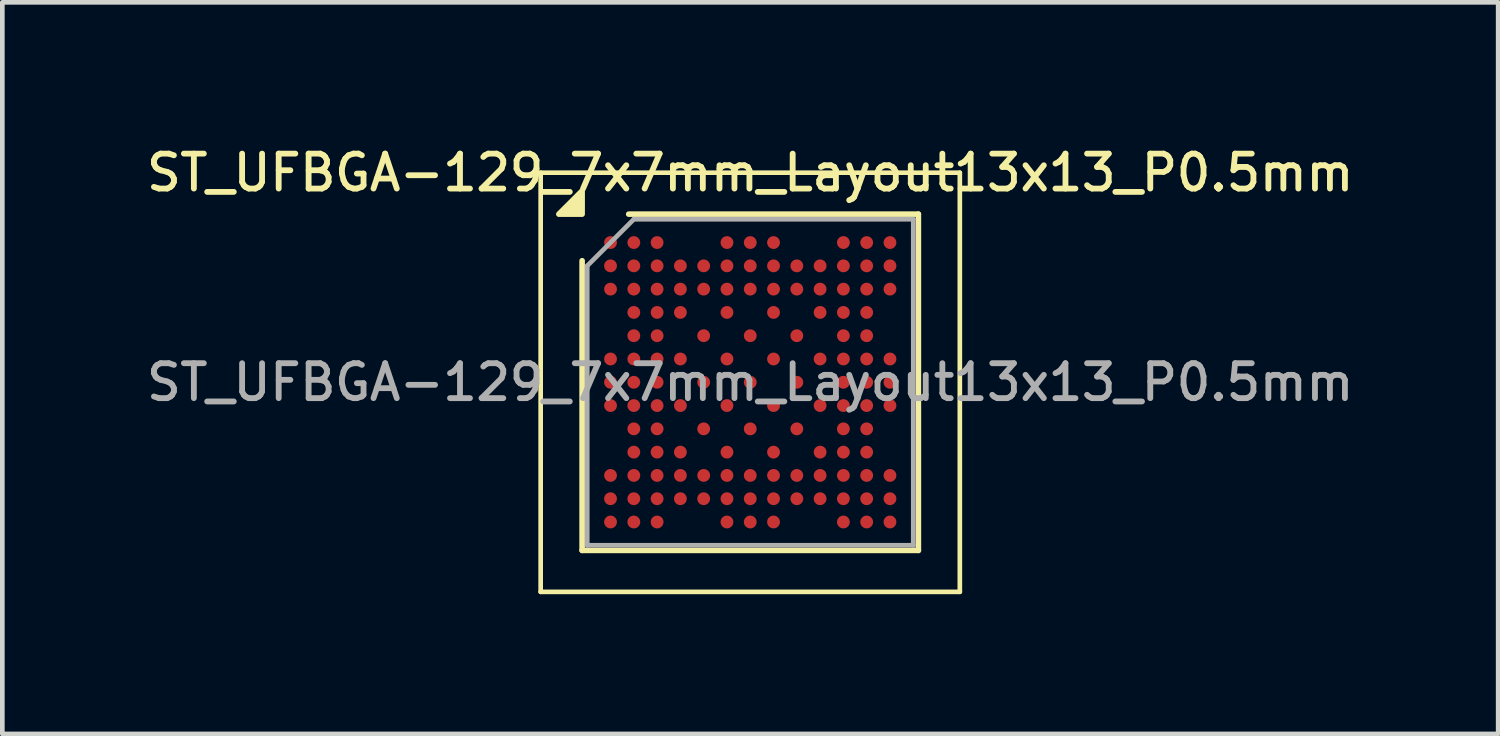
<source format=kicad_pcb>
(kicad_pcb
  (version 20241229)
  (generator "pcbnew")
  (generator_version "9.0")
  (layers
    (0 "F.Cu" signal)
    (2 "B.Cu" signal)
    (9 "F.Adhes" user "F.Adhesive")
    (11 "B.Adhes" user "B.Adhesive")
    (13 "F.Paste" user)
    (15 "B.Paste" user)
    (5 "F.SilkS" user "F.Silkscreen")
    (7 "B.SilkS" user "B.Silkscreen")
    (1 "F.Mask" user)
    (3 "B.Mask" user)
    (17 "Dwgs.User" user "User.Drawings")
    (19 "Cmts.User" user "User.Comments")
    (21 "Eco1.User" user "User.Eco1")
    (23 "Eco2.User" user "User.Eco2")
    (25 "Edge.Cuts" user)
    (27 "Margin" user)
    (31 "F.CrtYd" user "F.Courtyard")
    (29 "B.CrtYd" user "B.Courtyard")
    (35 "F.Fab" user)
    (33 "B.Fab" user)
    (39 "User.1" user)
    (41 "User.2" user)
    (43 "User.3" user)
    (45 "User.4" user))
  (footprint "ST_UFBGA-129_7x7mm_Layout13x13_P0.5mm"
    (layer "F.Cu")
    (at 13.059 5.158)
    (property "Reference" "ST_UFBGA-129_7x7mm_Layout13x13_P0.5mm" (at 0 -4.5 0) (layer "F.SilkS") (effects (font (size 0.75 0.75) (thickness 0.125))))
    (attr smd)
    (fp_line (start -4.5 -4.5) (end -4.5 4.5) (stroke (width 0.1) (type solid)) (layer "F.SilkS"))
    (fp_line (start -4.5 4.5) (end 4.5 4.5) (stroke (width 0.1) (type solid)) (layer "F.SilkS"))
    (fp_line (start -3.61 3.61) (end -3.61 -2.61) (stroke (width 0.12) (type solid)) (layer "F.SilkS"))
    (fp_line (start -2.61 -3.61) (end 3.61 -3.61) (stroke (width 0.12) (type solid)) (layer "F.SilkS"))
    (fp_line (start 3.61 -3.61) (end 3.61 3.61) (stroke (width 0.12) (type solid)) (layer "F.SilkS"))
    (fp_line (start 3.61 3.61) (end -3.61 3.61) (stroke (width 0.12) (type solid)) (layer "F.SilkS"))
    (fp_line (start 4.5 -4.5) (end -4.5 -4.5) (stroke (width 0.1) (type solid)) (layer "F.SilkS"))
    (fp_line (start 4.5 4.5) (end 4.5 -4.5) (stroke (width 0.1) (type solid)) (layer "F.SilkS"))
    (fp_poly (pts (xy -3.61 -3.61) (xy -4.11 -3.61) (xy -3.61 -4.11) (xy -3.61 -3.61)) (stroke (width 0.12) (type solid)) (fill yes) (layer "F.SilkS"))
    (fp_line (start -3.5 -2.5) (end -2.5 -3.5) (stroke (width 0.1) (type solid)) (layer "F.Fab"))
    (fp_line (start -3.5 3.5) (end -3.5 -2.5) (stroke (width 0.1) (type solid)) (layer "F.Fab"))
    (fp_line (start -2.5 -3.5) (end 3.5 -3.5) (stroke (width 0.1) (type solid)) (layer "F.Fab"))
    (fp_line (start 3.5 -3.5) (end 3.5 3.5) (stroke (width 0.1) (type solid)) (layer "F.Fab"))
    (fp_line (start 3.5 3.5) (end -3.5 3.5) (stroke (width 0.1) (type solid)) (layer "F.Fab"))
    (fp_text user "${REFERENCE}" (at 0 0 0) (layer "F.Fab") (effects (font (size 0.75 0.75) (thickness 0.125))))
    (pad "A1" smd circle (at -3 -3) (size 0.275 0.275) (property pad_prop_bga) (layers "F.Cu" "F.Mask" "F.Paste"))
    (pad "A2" smd circle (at -2.5 -3) (size 0.275 0.275) (property pad_prop_bga) (layers "F.Cu" "F.Mask" "F.Paste"))
    (pad "A3" smd circle (at -2 -3) (size 0.275 0.275) (property pad_prop_bga) (layers "F.Cu" "F.Mask" "F.Paste"))
    (pad "A6" smd circle (at -0.5 -3) (size 0.275 0.275) (property pad_prop_bga) (layers "F.Cu" "F.Mask" "F.Paste"))
    (pad "A7" smd circle (at 0 -3) (size 0.275 0.275) (property pad_prop_bga) (layers "F.Cu" "F.Mask" "F.Paste"))
    (pad "A8" smd circle (at 0.5 -3) (size 0.275 0.275) (property pad_prop_bga) (layers "F.Cu" "F.Mask" "F.Paste"))
    (pad "A11" smd circle (at 2 -3) (size 0.275 0.275) (property pad_prop_bga) (layers "F.Cu" "F.Mask" "F.Paste"))
    (pad "A12" smd circle (at 2.5 -3) (size 0.275 0.275) (property pad_prop_bga) (layers "F.Cu" "F.Mask" "F.Paste"))
    (pad "A13" smd circle (at 3 -3) (size 0.275 0.275) (property pad_prop_bga) (layers "F.Cu" "F.Mask" "F.Paste"))
    (pad "B1" smd circle (at -3 -2.5) (size 0.275 0.275) (property pad_prop_bga) (layers "F.Cu" "F.Mask" "F.Paste"))
    (pad "B2" smd circle (at -2.5 -2.5) (size 0.275 0.275) (property pad_prop_bga) (layers "F.Cu" "F.Mask" "F.Paste"))
    (pad "B3" smd circle (at -2 -2.5) (size 0.275 0.275) (property pad_prop_bga) (layers "F.Cu" "F.Mask" "F.Paste"))
    (pad "B4" smd circle (at -1.5 -2.5) (size 0.275 0.275) (property pad_prop_bga) (layers "F.Cu" "F.Mask" "F.Paste"))
    (pad "B5" smd circle (at -1 -2.5) (size 0.275 0.275) (property pad_prop_bga) (layers "F.Cu" "F.Mask" "F.Paste"))
    (pad "B6" smd circle (at -0.5 -2.5) (size 0.275 0.275) (property pad_prop_bga) (layers "F.Cu" "F.Mask" "F.Paste"))
    (pad "B7" smd circle (at 0 -2.5) (size 0.275 0.275) (property pad_prop_bga) (layers "F.Cu" "F.Mask" "F.Paste"))
    (pad "B8" smd circle (at 0.5 -2.5) (size 0.275 0.275) (property pad_prop_bga) (layers "F.Cu" "F.Mask" "F.Paste"))
    (pad "B9" smd circle (at 1 -2.5) (size 0.275 0.275) (property pad_prop_bga) (layers "F.Cu" "F.Mask" "F.Paste"))
    (pad "B10" smd circle (at 1.5 -2.5) (size 0.275 0.275) (property pad_prop_bga) (layers "F.Cu" "F.Mask" "F.Paste"))
    (pad "B11" smd circle (at 2 -2.5) (size 0.275 0.275) (property pad_prop_bga) (layers "F.Cu" "F.Mask" "F.Paste"))
    (pad "B12" smd circle (at 2.5 -2.5) (size 0.275 0.275) (property pad_prop_bga) (layers "F.Cu" "F.Mask" "F.Paste"))
    (pad "B13" smd circle (at 3 -2.5) (size 0.275 0.275) (property pad_prop_bga) (layers "F.Cu" "F.Mask" "F.Paste"))
    (pad "C1" smd circle (at -3 -2) (size 0.275 0.275) (property pad_prop_bga) (layers "F.Cu" "F.Mask" "F.Paste"))
    (pad "C2" smd circle (at -2.5 -2) (size 0.275 0.275) (property pad_prop_bga) (layers "F.Cu" "F.Mask" "F.Paste"))
    (pad "C3" smd circle (at -2 -2) (size 0.275 0.275) (property pad_prop_bga) (layers "F.Cu" "F.Mask" "F.Paste"))
    (pad "C4" smd circle (at -1.5 -2) (size 0.275 0.275) (property pad_prop_bga) (layers "F.Cu" "F.Mask" "F.Paste"))
    (pad "C5" smd circle (at -1 -2) (size 0.275 0.275) (property pad_prop_bga) (layers "F.Cu" "F.Mask" "F.Paste"))
    (pad "C6" smd circle (at -0.5 -2) (size 0.275 0.275) (property pad_prop_bga) (layers "F.Cu" "F.Mask" "F.Paste"))
    (pad "C7" smd circle (at 0 -2) (size 0.275 0.275) (property pad_prop_bga) (layers "F.Cu" "F.Mask" "F.Paste"))
    (pad "C8" smd circle (at 0.5 -2) (size 0.275 0.275) (property pad_prop_bga) (layers "F.Cu" "F.Mask" "F.Paste"))
    (pad "C9" smd circle (at 1 -2) (size 0.275 0.275) (property pad_prop_bga) (layers "F.Cu" "F.Mask" "F.Paste"))
    (pad "C10" smd circle (at 1.5 -2) (size 0.275 0.275) (property pad_prop_bga) (layers "F.Cu" "F.Mask" "F.Paste"))
    (pad "C11" smd circle (at 2 -2) (size 0.275 0.275) (property pad_prop_bga) (layers "F.Cu" "F.Mask" "F.Paste"))
    (pad "C12" smd circle (at 2.5 -2) (size 0.275 0.275) (property pad_prop_bga) (layers "F.Cu" "F.Mask" "F.Paste"))
    (pad "C13" smd circle (at 3 -2) (size 0.275 0.275) (property pad_prop_bga) (layers "F.Cu" "F.Mask" "F.Paste"))
    (pad "D2" smd circle (at -2.5 -1.5) (size 0.275 0.275) (property pad_prop_bga) (layers "F.Cu" "F.Mask" "F.Paste"))
    (pad "D3" smd circle (at -2 -1.5) (size 0.275 0.275) (property pad_prop_bga) (layers "F.Cu" "F.Mask" "F.Paste"))
    (pad "D4" smd circle (at -1.5 -1.5) (size 0.275 0.275) (property pad_prop_bga) (layers "F.Cu" "F.Mask" "F.Paste"))
    (pad "D6" smd circle (at -0.5 -1.5) (size 0.275 0.275) (property pad_prop_bga) (layers "F.Cu" "F.Mask" "F.Paste"))
    (pad "D8" smd circle (at 0.5 -1.5) (size 0.275 0.275) (property pad_prop_bga) (layers "F.Cu" "F.Mask" "F.Paste"))
    (pad "D10" smd circle (at 1.5 -1.5) (size 0.275 0.275) (property pad_prop_bga) (layers "F.Cu" "F.Mask" "F.Paste"))
    (pad "D11" smd circle (at 2 -1.5) (size 0.275 0.275) (property pad_prop_bga) (layers "F.Cu" "F.Mask" "F.Paste"))
    (pad "D12" smd circle (at 2.5 -1.5) (size 0.275 0.275) (property pad_prop_bga) (layers "F.Cu" "F.Mask" "F.Paste"))
    (pad "E2" smd circle (at -2.5 -1) (size 0.275 0.275) (property pad_prop_bga) (layers "F.Cu" "F.Mask" "F.Paste"))
    (pad "E3" smd circle (at -2 -1) (size 0.275 0.275) (property pad_prop_bga) (layers "F.Cu" "F.Mask" "F.Paste"))
    (pad "E5" smd circle (at -1 -1) (size 0.275 0.275) (property pad_prop_bga) (layers "F.Cu" "F.Mask" "F.Paste"))
    (pad "E7" smd circle (at 0 -1) (size 0.275 0.275) (property pad_prop_bga) (layers "F.Cu" "F.Mask" "F.Paste"))
    (pad "E9" smd circle (at 1 -1) (size 0.275 0.275) (property pad_prop_bga) (layers "F.Cu" "F.Mask" "F.Paste"))
    (pad "E11" smd circle (at 2 -1) (size 0.275 0.275) (property pad_prop_bga) (layers "F.Cu" "F.Mask" "F.Paste"))
    (pad "E12" smd circle (at 2.5 -1) (size 0.275 0.275) (property pad_prop_bga) (layers "F.Cu" "F.Mask" "F.Paste"))
    (pad "F1" smd circle (at -3 -0.5) (size 0.275 0.275) (property pad_prop_bga) (layers "F.Cu" "F.Mask" "F.Paste"))
    (pad "F2" smd circle (at -2.5 -0.5) (size 0.275 0.275) (property pad_prop_bga) (layers "F.Cu" "F.Mask" "F.Paste"))
    (pad "F3" smd circle (at -2 -0.5) (size 0.275 0.275) (property pad_prop_bga) (layers "F.Cu" "F.Mask" "F.Paste"))
    (pad "F4" smd circle (at -1.5 -0.5) (size 0.275 0.275) (property pad_prop_bga) (layers "F.Cu" "F.Mask" "F.Paste"))
    (pad "F6" smd circle (at -0.5 -0.5) (size 0.275 0.275) (property pad_prop_bga) (layers "F.Cu" "F.Mask" "F.Paste"))
    (pad "F8" smd circle (at 0.5 -0.5) (size 0.275 0.275) (property pad_prop_bga) (layers "F.Cu" "F.Mask" "F.Paste"))
    (pad "F10" smd circle (at 1.5 -0.5) (size 0.275 0.275) (property pad_prop_bga) (layers "F.Cu" "F.Mask" "F.Paste"))
    (pad "F11" smd circle (at 2 -0.5) (size 0.275 0.275) (property pad_prop_bga) (layers "F.Cu" "F.Mask" "F.Paste"))
    (pad "F12" smd circle (at 2.5 -0.5) (size 0.275 0.275) (property pad_prop_bga) (layers "F.Cu" "F.Mask" "F.Paste"))
    (pad "F13" smd circle (at 3 -0.5) (size 0.275 0.275) (property pad_prop_bga) (layers "F.Cu" "F.Mask" "F.Paste"))
    (pad "G1" smd circle (at -3 0) (size 0.275 0.275) (property pad_prop_bga) (layers "F.Cu" "F.Mask" "F.Paste"))
    (pad "G2" smd circle (at -2.5 0) (size 0.275 0.275) (property pad_prop_bga) (layers "F.Cu" "F.Mask" "F.Paste"))
    (pad "G3" smd circle (at -2 0) (size 0.275 0.275) (property pad_prop_bga) (layers "F.Cu" "F.Mask" "F.Paste"))
    (pad "G5" smd circle (at -1 0) (size 0.275 0.275) (property pad_prop_bga) (layers "F.Cu" "F.Mask" "F.Paste"))
    (pad "G7" smd circle (at 0 0) (size 0.275 0.275) (property pad_prop_bga) (layers "F.Cu" "F.Mask" "F.Paste"))
    (pad "G9" smd circle (at 1 0) (size 0.275 0.275) (property pad_prop_bga) (layers "F.Cu" "F.Mask" "F.Paste"))
    (pad "G11" smd circle (at 2 0) (size 0.275 0.275) (property pad_prop_bga) (layers "F.Cu" "F.Mask" "F.Paste"))
    (pad "G12" smd circle (at 2.5 0) (size 0.275 0.275) (property pad_prop_bga) (layers "F.Cu" "F.Mask" "F.Paste"))
    (pad "G13" smd circle (at 3 0) (size 0.275 0.275) (property pad_prop_bga) (layers "F.Cu" "F.Mask" "F.Paste"))
    (pad "H1" smd circle (at -3 0.5) (size 0.275 0.275) (property pad_prop_bga) (layers "F.Cu" "F.Mask" "F.Paste"))
    (pad "H2" smd circle (at -2.5 0.5) (size 0.275 0.275) (property pad_prop_bga) (layers "F.Cu" "F.Mask" "F.Paste"))
    (pad "H3" smd circle (at -2 0.5) (size 0.275 0.275) (property pad_prop_bga) (layers "F.Cu" "F.Mask" "F.Paste"))
    (pad "H4" smd circle (at -1.5 0.5) (size 0.275 0.275) (property pad_prop_bga) (layers "F.Cu" "F.Mask" "F.Paste"))
    (pad "H6" smd circle (at -0.5 0.5) (size 0.275 0.275) (property pad_prop_bga) (layers "F.Cu" "F.Mask" "F.Paste"))
    (pad "H8" smd circle (at 0.5 0.5) (size 0.275 0.275) (property pad_prop_bga) (layers "F.Cu" "F.Mask" "F.Paste"))
    (pad "H10" smd circle (at 1.5 0.5) (size 0.275 0.275) (property pad_prop_bga) (layers "F.Cu" "F.Mask" "F.Paste"))
    (pad "H11" smd circle (at 2 0.5) (size 0.275 0.275) (property pad_prop_bga) (layers "F.Cu" "F.Mask" "F.Paste"))
    (pad "H12" smd circle (at 2.5 0.5) (size 0.275 0.275) (property pad_prop_bga) (layers "F.Cu" "F.Mask" "F.Paste"))
    (pad "H13" smd circle (at 3 0.5) (size 0.275 0.275) (property pad_prop_bga) (layers "F.Cu" "F.Mask" "F.Paste"))
    (pad "J2" smd circle (at -2.5 1) (size 0.275 0.275) (property pad_prop_bga) (layers "F.Cu" "F.Mask" "F.Paste"))
    (pad "J3" smd circle (at -2 1) (size 0.275 0.275) (property pad_prop_bga) (layers "F.Cu" "F.Mask" "F.Paste"))
    (pad "J5" smd circle (at -1 1) (size 0.275 0.275) (property pad_prop_bga) (layers "F.Cu" "F.Mask" "F.Paste"))
    (pad "J7" smd circle (at 0 1) (size 0.275 0.275) (property pad_prop_bga) (layers "F.Cu" "F.Mask" "F.Paste"))
    (pad "J9" smd circle (at 1 1) (size 0.275 0.275) (property pad_prop_bga) (layers "F.Cu" "F.Mask" "F.Paste"))
    (pad "J11" smd circle (at 2 1) (size 0.275 0.275) (property pad_prop_bga) (layers "F.Cu" "F.Mask" "F.Paste"))
    (pad "J12" smd circle (at 2.5 1) (size 0.275 0.275) (property pad_prop_bga) (layers "F.Cu" "F.Mask" "F.Paste"))
    (pad "K2" smd circle (at -2.5 1.5) (size 0.275 0.275) (property pad_prop_bga) (layers "F.Cu" "F.Mask" "F.Paste"))
    (pad "K3" smd circle (at -2 1.5) (size 0.275 0.275) (property pad_prop_bga) (layers "F.Cu" "F.Mask" "F.Paste"))
    (pad "K4" smd circle (at -1.5 1.5) (size 0.275 0.275) (property pad_prop_bga) (layers "F.Cu" "F.Mask" "F.Paste"))
    (pad "K6" smd circle (at -0.5 1.5) (size 0.275 0.275) (property pad_prop_bga) (layers "F.Cu" "F.Mask" "F.Paste"))
    (pad "K8" smd circle (at 0.5 1.5) (size 0.275 0.275) (property pad_prop_bga) (layers "F.Cu" "F.Mask" "F.Paste"))
    (pad "K10" smd circle (at 1.5 1.5) (size 0.275 0.275) (property pad_prop_bga) (layers "F.Cu" "F.Mask" "F.Paste"))
    (pad "K11" smd circle (at 2 1.5) (size 0.275 0.275) (property pad_prop_bga) (layers "F.Cu" "F.Mask" "F.Paste"))
    (pad "K12" smd circle (at 2.5 1.5) (size 0.275 0.275) (property pad_prop_bga) (layers "F.Cu" "F.Mask" "F.Paste"))
    (pad "L1" smd circle (at -3 2) (size 0.275 0.275) (property pad_prop_bga) (layers "F.Cu" "F.Mask" "F.Paste"))
    (pad "L2" smd circle (at -2.5 2) (size 0.275 0.275) (property pad_prop_bga) (layers "F.Cu" "F.Mask" "F.Paste"))
    (pad "L3" smd circle (at -2 2) (size 0.275 0.275) (property pad_prop_bga) (layers "F.Cu" "F.Mask" "F.Paste"))
    (pad "L4" smd circle (at -1.5 2) (size 0.275 0.275) (property pad_prop_bga) (layers "F.Cu" "F.Mask" "F.Paste"))
    (pad "L5" smd circle (at -1 2) (size 0.275 0.275) (property pad_prop_bga) (layers "F.Cu" "F.Mask" "F.Paste"))
    (pad "L6" smd circle (at -0.5 2) (size 0.275 0.275) (property pad_prop_bga) (layers "F.Cu" "F.Mask" "F.Paste"))
    (pad "L7" smd circle (at 0 2) (size 0.275 0.275) (property pad_prop_bga) (layers "F.Cu" "F.Mask" "F.Paste"))
    (pad "L8" smd circle (at 0.5 2) (size 0.275 0.275) (property pad_prop_bga) (layers "F.Cu" "F.Mask" "F.Paste"))
    (pad "L9" smd circle (at 1 2) (size 0.275 0.275) (property pad_prop_bga) (layers "F.Cu" "F.Mask" "F.Paste"))
    (pad "L10" smd circle (at 1.5 2) (size 0.275 0.275) (property pad_prop_bga) (layers "F.Cu" "F.Mask" "F.Paste"))
    (pad "L11" smd circle (at 2 2) (size 0.275 0.275) (property pad_prop_bga) (layers "F.Cu" "F.Mask" "F.Paste"))
    (pad "L12" smd circle (at 2.5 2) (size 0.275 0.275) (property pad_prop_bga) (layers "F.Cu" "F.Mask" "F.Paste"))
    (pad "L13" smd circle (at 3 2) (size 0.275 0.275) (property pad_prop_bga) (layers "F.Cu" "F.Mask" "F.Paste"))
    (pad "M1" smd circle (at -3 2.5) (size 0.275 0.275) (property pad_prop_bga) (layers "F.Cu" "F.Mask" "F.Paste"))
    (pad "M2" smd circle (at -2.5 2.5) (size 0.275 0.275) (property pad_prop_bga) (layers "F.Cu" "F.Mask" "F.Paste"))
    (pad "M3" smd circle (at -2 2.5) (size 0.275 0.275) (property pad_prop_bga) (layers "F.Cu" "F.Mask" "F.Paste"))
    (pad "M4" smd circle (at -1.5 2.5) (size 0.275 0.275) (property pad_prop_bga) (layers "F.Cu" "F.Mask" "F.Paste"))
    (pad "M5" smd circle (at -1 2.5) (size 0.275 0.275) (property pad_prop_bga) (layers "F.Cu" "F.Mask" "F.Paste"))
    (pad "M6" smd circle (at -0.5 2.5) (size 0.275 0.275) (property pad_prop_bga) (layers "F.Cu" "F.Mask" "F.Paste"))
    (pad "M7" smd circle (at 0 2.5) (size 0.275 0.275) (property pad_prop_bga) (layers "F.Cu" "F.Mask" "F.Paste"))
    (pad "M8" smd circle (at 0.5 2.5) (size 0.275 0.275) (property pad_prop_bga) (layers "F.Cu" "F.Mask" "F.Paste"))
    (pad "M9" smd circle (at 1 2.5) (size 0.275 0.275) (property pad_prop_bga) (layers "F.Cu" "F.Mask" "F.Paste"))
    (pad "M10" smd circle (at 1.5 2.5) (size 0.275 0.275) (property pad_prop_bga) (layers "F.Cu" "F.Mask" "F.Paste"))
    (pad "M11" smd circle (at 2 2.5) (size 0.275 0.275) (property pad_prop_bga) (layers "F.Cu" "F.Mask" "F.Paste"))
    (pad "M12" smd circle (at 2.5 2.5) (size 0.275 0.275) (property pad_prop_bga) (layers "F.Cu" "F.Mask" "F.Paste"))
    (pad "M13" smd circle (at 3 2.5) (size 0.275 0.275) (property pad_prop_bga) (layers "F.Cu" "F.Mask" "F.Paste"))
    (pad "N1" smd circle (at -3 3) (size 0.275 0.275) (property pad_prop_bga) (layers "F.Cu" "F.Mask" "F.Paste"))
    (pad "N2" smd circle (at -2.5 3) (size 0.275 0.275) (property pad_prop_bga) (layers "F.Cu" "F.Mask" "F.Paste"))
    (pad "N3" smd circle (at -2 3) (size 0.275 0.275) (property pad_prop_bga) (layers "F.Cu" "F.Mask" "F.Paste"))
    (pad "N6" smd circle (at -0.5 3) (size 0.275 0.275) (property pad_prop_bga) (layers "F.Cu" "F.Mask" "F.Paste"))
    (pad "N7" smd circle (at 0 3) (size 0.275 0.275) (property pad_prop_bga) (layers "F.Cu" "F.Mask" "F.Paste"))
    (pad "N8" smd circle (at 0.5 3) (size 0.275 0.275) (property pad_prop_bga) (layers "F.Cu" "F.Mask" "F.Paste"))
    (pad "N11" smd circle (at 2 3) (size 0.275 0.275) (property pad_prop_bga) (layers "F.Cu" "F.Mask" "F.Paste"))
    (pad "N12" smd circle (at 2.5 3) (size 0.275 0.275) (property pad_prop_bga) (layers "F.Cu" "F.Mask" "F.Paste"))
    (pad "N13" smd circle (at 3 3) (size 0.275 0.275) (property pad_prop_bga) (layers "F.Cu" "F.Mask" "F.Paste")))
  (gr_rect
    (start -3 -3)
    (end 29.118 12.708)
    (stroke (width 0.1) (type default))
    (fill no)
    (layer "Edge.Cuts")))
</source>
